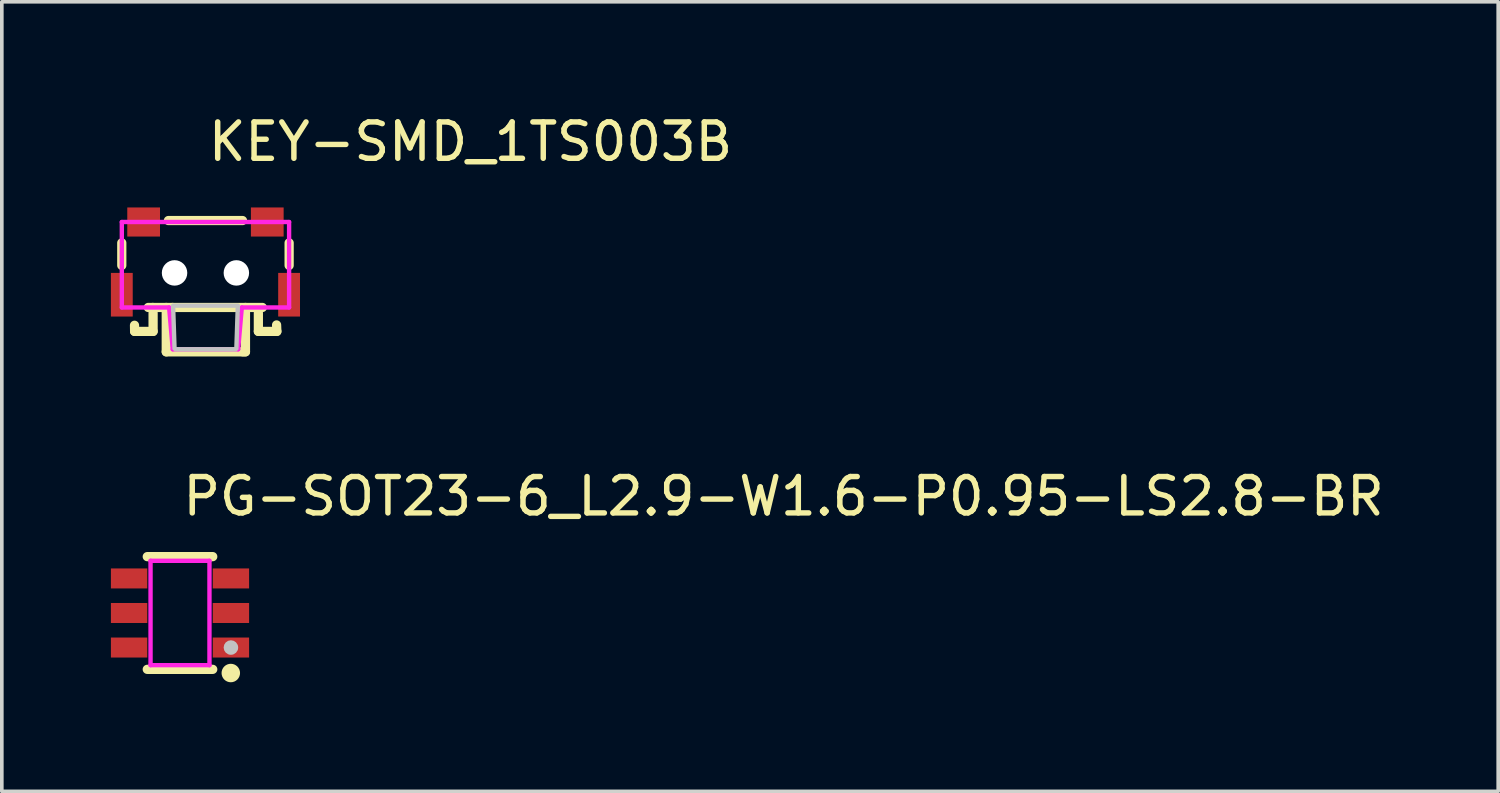
<source format=kicad_pcb>
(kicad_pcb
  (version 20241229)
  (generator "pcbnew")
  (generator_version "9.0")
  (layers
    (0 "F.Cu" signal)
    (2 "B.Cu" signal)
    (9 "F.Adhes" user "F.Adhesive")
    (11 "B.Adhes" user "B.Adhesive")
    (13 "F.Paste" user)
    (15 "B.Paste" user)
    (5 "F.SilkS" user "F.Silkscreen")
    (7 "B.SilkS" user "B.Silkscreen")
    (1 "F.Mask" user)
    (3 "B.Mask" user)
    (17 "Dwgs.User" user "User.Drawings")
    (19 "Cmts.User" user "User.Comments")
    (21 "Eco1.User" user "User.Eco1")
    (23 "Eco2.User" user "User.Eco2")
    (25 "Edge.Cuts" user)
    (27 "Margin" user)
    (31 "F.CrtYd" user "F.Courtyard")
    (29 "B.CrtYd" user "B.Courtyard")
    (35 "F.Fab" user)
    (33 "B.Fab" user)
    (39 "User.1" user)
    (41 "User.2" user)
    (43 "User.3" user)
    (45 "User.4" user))
  (footprint "PG-SOT23-6_L2.9-W1.6-P0.95-LS2.8-BR"
    (layer "F.Cu")
    (at 1.9 13.807)
    (property "Reference" "PG-SOT23-6_L2.9-W1.6-P0.95-LS2.8-BR" (at 0 -3.207 0) (layer "F.SilkS") (effects (font (size 1 1) (thickness 0.15)) (justify left)))
    (attr through_hole)
    (fp_line (start -0.9 -1.55) (end 0.9 -1.55) (stroke (width 0.254) (type solid)) (layer "F.SilkS"))
    (fp_line (start -0.9 1.55) (end 0.9 1.55) (stroke (width 0.254) (type solid)) (layer "F.SilkS"))
    (fp_circle (center 1.397 1.651) (end 1.524 1.651) (stroke (width 0.254) (type solid)) (fill no) (layer "F.SilkS"))
    (fp_circle (center 1.4 0.95) (end 1.5 0.95) (stroke (width 0.2) (type solid)) (fill no) (layer "Dwgs.User"))
    (fp_line (start -0.935 -1.165) (end -0.79 -1.165) (stroke (width 0.12) (type solid)) (layer "Eco2.User"))
    (fp_line (start -0.935 -0.735) (end -0.935 -1.165) (stroke (width 0.12) (type solid)) (layer "Eco2.User"))
    (fp_line (start -0.935 -0.215) (end -0.79 -0.215) (stroke (width 0.12) (type solid)) (layer "Eco2.User"))
    (fp_line (start -0.935 0.215) (end -0.935 -0.215) (stroke (width 0.12) (type solid)) (layer "Eco2.User"))
    (fp_line (start -0.935 0.735) (end -0.79 0.735) (stroke (width 0.12) (type solid)) (layer "Eco2.User"))
    (fp_line (start -0.935 1.165) (end -0.935 0.735) (stroke (width 0.12) (type solid)) (layer "Eco2.User"))
    (fp_line (start -0.79 -1.165) (end -0.79 -0.735) (stroke (width 0.12) (type solid)) (layer "Eco2.User"))
    (fp_line (start -0.79 -0.735) (end -0.935 -0.735) (stroke (width 0.12) (type solid)) (layer "Eco2.User"))
    (fp_line (start -0.79 -0.215) (end -0.79 0.215) (stroke (width 0.12) (type solid)) (layer "Eco2.User"))
    (fp_line (start -0.79 0.215) (end -0.935 0.215) (stroke (width 0.12) (type solid)) (layer "Eco2.User"))
    (fp_line (start -0.79 0.735) (end -0.79 1.165) (stroke (width 0.12) (type solid)) (layer "Eco2.User"))
    (fp_line (start -0.79 1.165) (end -0.935 1.165) (stroke (width 0.12) (type solid)) (layer "Eco2.User"))
    (fp_line (start 0.79 -1.165) (end 0.935 -1.165) (stroke (width 0.12) (type solid)) (layer "Eco2.User"))
    (fp_line (start 0.79 -0.735) (end 0.79 -1.165) (stroke (width 0.12) (type solid)) (layer "Eco2.User"))
    (fp_line (start 0.79 -0.215) (end 0.935 -0.215) (stroke (width 0.12) (type solid)) (layer "Eco2.User"))
    (fp_line (start 0.79 0.215) (end 0.79 -0.215) (stroke (width 0.12) (type solid)) (layer "Eco2.User"))
    (fp_line (start 0.79 0.735) (end 0.935 0.735) (stroke (width 0.12) (type solid)) (layer "Eco2.User"))
    (fp_line (start 0.79 1.165) (end 0.79 0.735) (stroke (width 0.12) (type solid)) (layer "Eco2.User"))
    (fp_line (start 0.935 -1.165) (end 0.935 -0.735) (stroke (width 0.12) (type solid)) (layer "Eco2.User"))
    (fp_line (start 0.935 -0.735) (end 0.79 -0.735) (stroke (width 0.12) (type solid)) (layer "Eco2.User"))
    (fp_line (start 0.935 -0.215) (end 0.935 0.215) (stroke (width 0.12) (type solid)) (layer "Eco2.User"))
    (fp_line (start 0.935 0.215) (end 0.79 0.215) (stroke (width 0.12) (type solid)) (layer "Eco2.User"))
    (fp_line (start 0.935 0.735) (end 0.935 1.165) (stroke (width 0.12) (type solid)) (layer "Eco2.User"))
    (fp_line (start 0.935 1.165) (end 0.79 1.165) (stroke (width 0.12) (type solid)) (layer "Eco2.User"))
    (fp_circle (center 1.4 1.435) (end 1.43 1.435) (stroke (width 0.06) (type solid)) (fill no) (layer "Eco2.User"))
    (fp_poly (pts (xy -0.925 -0.735) (xy -0.925 -1.165) (xy -1.4 -1.165) (xy -1.4 -0.735)) (stroke (width 0.12) (type solid)) (fill no) (layer "Eco2.User"))
    (fp_poly (pts (xy -0.925 0.215) (xy -0.925 -0.215) (xy -1.4 -0.215) (xy -1.4 0.215)) (stroke (width 0.12) (type solid)) (fill no) (layer "Eco2.User"))
    (fp_poly (pts (xy -0.925 1.165) (xy -0.925 0.735) (xy -1.4 0.735) (xy -1.4 1.165)) (stroke (width 0.12) (type solid)) (fill no) (layer "Eco2.User"))
    (fp_poly (pts (xy 0.925 -0.735) (xy 0.925 -1.165) (xy 1.4 -1.165) (xy 1.4 -0.735)) (stroke (width 0.12) (type solid)) (fill no) (layer "Eco2.User"))
    (fp_poly (pts (xy 0.925 0.215) (xy 0.925 -0.215) (xy 1.4 -0.215) (xy 1.4 0.215)) (stroke (width 0.12) (type solid)) (fill no) (layer "Eco2.User"))
    (fp_poly (pts (xy 0.925 1.165) (xy 0.925 0.735) (xy 1.4 0.735) (xy 1.4 1.165)) (stroke (width 0.12) (type solid)) (fill no) (layer "Eco2.User"))
    (fp_line (start -0.81 -1.435) (end 0.81 -1.435) (stroke (width 0.12) (type solid)) (layer "F.CrtYd"))
    (fp_line (start -0.81 1.435) (end -0.81 -1.435) (stroke (width 0.12) (type solid)) (layer "F.CrtYd"))
    (fp_line (start 0.81 -1.435) (end 0.81 1.435) (stroke (width 0.12) (type solid)) (layer "F.CrtYd"))
    (fp_line (start 0.81 1.435) (end -0.81 1.435) (stroke (width 0.12) (type solid)) (layer "F.CrtYd"))
    (pad "1" smd rect (at 1.4 0.95) (size 1 0.55) (layers "F.Cu" "F.Mask" "F.Paste"))
    (pad "2" smd rect (at 1.4 0) (size 1 0.55) (layers "F.Cu" "F.Mask" "F.Paste"))
    (pad "3" smd rect (at 1.4 -0.95) (size 1 0.55) (layers "F.Cu" "F.Mask" "F.Paste"))
    (pad "4" smd rect (at -1.4 -0.95) (size 1 0.55) (layers "F.Cu" "F.Mask" "F.Paste"))
    (pad "5" smd rect (at -1.4 0) (size 1 0.55) (layers "F.Cu" "F.Mask" "F.Paste"))
    (pad "6" smd rect (at -1.4 0.95) (size 1 0.55) (layers "F.Cu" "F.Mask" "F.Paste")))
  (footprint "KEY-SMD_1TS003B"
    (layer "F.Cu")
    (at 2.6 4.055)
    (property "Reference" "KEY-SMD_1TS003B" (at 0 -3.207 0) (layer "F.SilkS") (effects (font (size 1 1) (thickness 0.15)) (justify left)))
    (attr through_hole)
    (fp_line (start -2.301 -0.426) (end -2.301 0.194) (stroke (width 0.254) (type solid)) (layer "F.SilkS"))
    (fp_line (start -1.948 2.008) (end -1.951 1.84) (stroke (width 0.254) (type solid)) (layer "F.SilkS"))
    (fp_line (start -1.45 1.35) (end -1.573 1.35) (stroke (width 0.254) (type solid)) (layer "F.SilkS"))
    (fp_line (start -1.45 1.35) (end -0.904 1.35) (stroke (width 0.254) (type solid)) (layer "F.SilkS"))
    (fp_line (start -1.44 1.5) (end -1.44 2.008) (stroke (width 0.254) (type solid)) (layer "F.SilkS"))
    (fp_line (start -1.44 2.008) (end -1.948 2.008) (stroke (width 0.254) (type solid)) (layer "F.SilkS"))
    (fp_line (start -1.078 1.35) (end -1.078 2.57) (stroke (width 0.254) (type solid)) (layer "F.SilkS"))
    (fp_line (start -1.078 2.57) (end 1.03 2.57) (stroke (width 0.254) (type solid)) (layer "F.SilkS"))
    (fp_line (start -1.019 -1.04) (end 1.019 -1.04) (stroke (width 0.254) (type solid)) (layer "F.SilkS"))
    (fp_line (start -0.904 1.35) (end 1.565 1.35) (stroke (width 0.254) (type solid)) (layer "F.SilkS"))
    (fp_line (start 1.03 2.57) (end 1.1 2.57) (stroke (width 0.254) (type solid)) (layer "F.SilkS"))
    (fp_line (start 1.1 2.57) (end 1.1 1.35) (stroke (width 0.254) (type solid)) (layer "F.SilkS"))
    (fp_line (start 1.455 2.008) (end 1.455 1.5) (stroke (width 0.254) (type solid)) (layer "F.SilkS"))
    (fp_line (start 1.956 1.831) (end 1.963 2.008) (stroke (width 0.254) (type solid)) (layer "F.SilkS"))
    (fp_line (start 1.963 2.008) (end 1.455 2.008) (stroke (width 0.254) (type solid)) (layer "F.SilkS"))
    (fp_line (start 2.301 -0.426) (end 2.301 0.194) (stroke (width 0.254) (type solid)) (layer "F.SilkS"))
    (fp_circle (center -0.85 0.4) (end -0.725 0.4) (stroke (width 0.25) (type solid)) (fill no) (layer "Dwgs.User"))
    (fp_circle (center 0.85 0.4) (end 0.975 0.4) (stroke (width 0.25) (type solid)) (fill no) (layer "Dwgs.User"))
    (fp_poly (pts (xy 0.84 2.49) (xy 0.82 2.5) (xy -0.82 2.5) (xy -0.85 2.48) (xy -0.89 1.3) (xy 0.89 1.3) (xy 0.85 2.48) (xy 0.84 2.49)) (stroke (width 0.12) (type solid)) (fill no) (layer "Dwgs.User"))
    (fp_circle (center 2.3 -1.05) (end 2.33 -1.05) (stroke (width 0.06) (type solid)) (fill no) (layer "Eco2.User"))
    (fp_poly (pts (xy -2 1.35) (xy -2.3 1.35) (xy -2.3 0.5) (xy -2 0.5)) (stroke (width 0.12) (type solid)) (fill no) (layer "Eco2.User"))
    (fp_poly (pts (xy -1.9 -1.05) (xy -1.5 -1.05) (xy -1.5 -0.55) (xy -1.9 -0.55)) (stroke (width 0.12) (type solid)) (fill no) (layer "Eco2.User"))
    (fp_poly (pts (xy 1.5 -1.05) (xy 1.9 -1.05) (xy 1.9 -0.55) (xy 1.5 -0.55)) (stroke (width 0.12) (type solid)) (fill no) (layer "Eco2.User"))
    (fp_poly (pts (xy 2.3 1.35) (xy 2 1.35) (xy 2 0.5) (xy 2.3 0.5)) (stroke (width 0.12) (type solid)) (fill no) (layer "Eco2.User"))
    (fp_line (start -2.3 -1) (end 2.3 -1) (stroke (width 0.12) (type solid)) (layer "F.CrtYd"))
    (fp_line (start -2.3 1.35) (end -2.3 -1) (stroke (width 0.12) (type solid)) (layer "F.CrtYd"))
    (fp_line (start -1 1.35) (end -2.3 1.35) (stroke (width 0.12) (type solid)) (layer "F.CrtYd"))
    (fp_line (start -0.9 2.5) (end -1 1.35) (stroke (width 0.12) (type solid)) (layer "F.CrtYd"))
    (fp_line (start 0.9 2.5) (end -0.9 2.5) (stroke (width 0.12) (type solid)) (layer "F.CrtYd"))
    (fp_line (start 1 1.35) (end 0.9 2.5) (stroke (width 0.12) (type solid)) (layer "F.CrtYd"))
    (fp_line (start 2.3 -1) (end 2.3 1.35) (stroke (width 0.12) (type solid)) (layer "F.CrtYd"))
    (fp_line (start 2.3 1.35) (end 1 1.35) (stroke (width 0.12) (type solid)) (layer "F.CrtYd"))
    (pad "" np_thru_hole circle (at -0.85 0.4) (size 0.7 0.7) (drill 0.7) (layers "*.Cu" "*.Mask"))
    (pad "" np_thru_hole circle (at 0.85 0.4) (size 0.7 0.7) (drill 0.7) (layers "*.Cu" "*.Mask"))
    (pad "1" smd rect (at 1.7 -1 90) (size 0.8 0.9) (layers "F.Cu" "F.Mask" "F.Paste"))
    (pad "2" smd rect (at -1.7 -1 90) (size 0.8 0.9) (layers "F.Cu" "F.Mask" "F.Paste"))
    (pad "3" smd rect (at -2.3 1 180) (size 0.6 1.2) (layers "F.Cu" "F.Mask" "F.Paste"))
    (pad "4" smd rect (at 2.3 1 180) (size 0.6 1.2) (layers "F.Cu" "F.Mask" "F.Paste")))
  (gr_rect
    (start -3 -3)
    (end 38.15 18.712)
    (stroke (width 0.1) (type default))
    (fill no)
    (layer "Edge.Cuts")))
</source>
